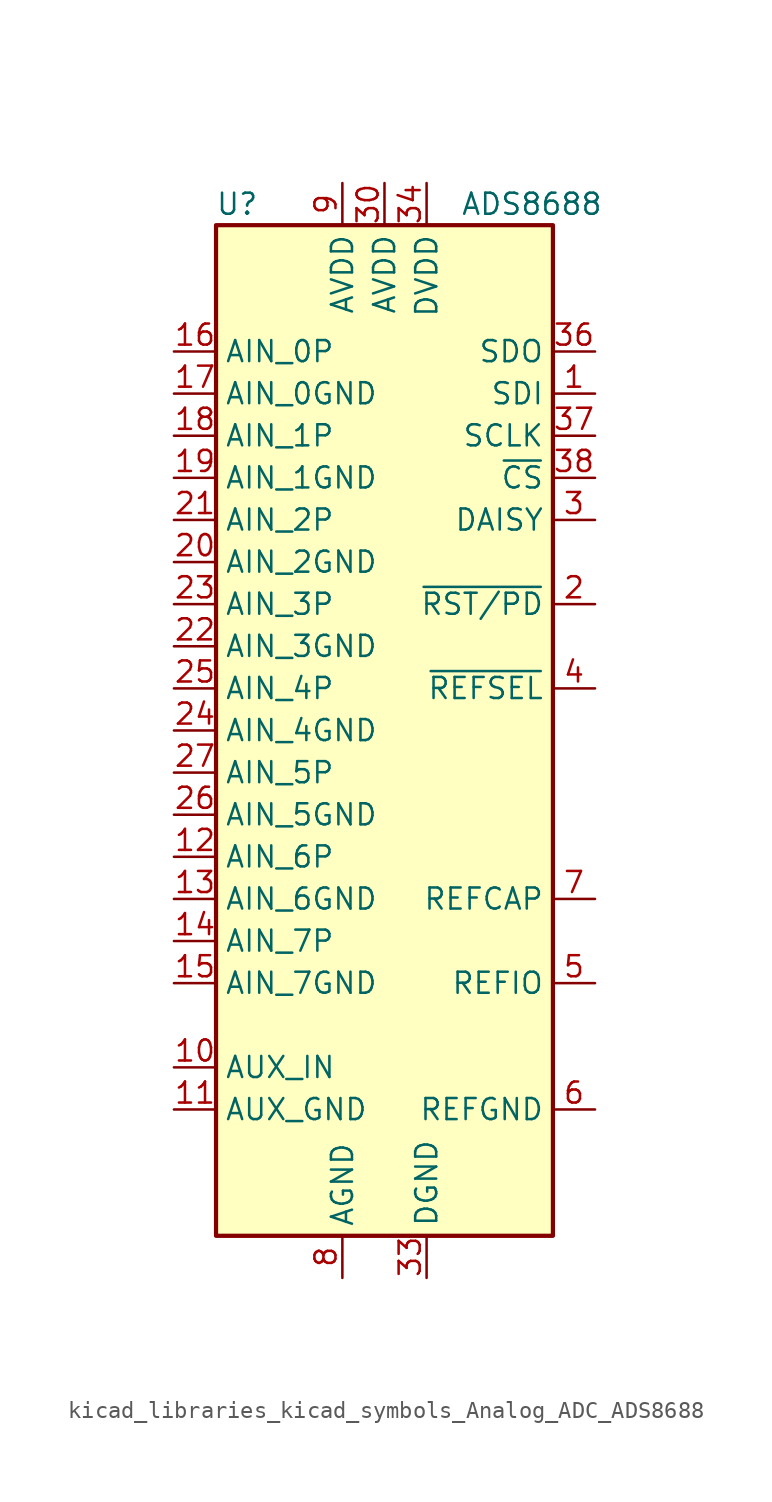
<source format=kicad_sym>
(kicad_symbol_lib
  (version 20220914)
  (generator kicad_symbol_editor)
  (symbol "kicad_libraries_kicad_symbols_Analog_ADC_ADS8688"
    (property "Reference" "U"
      (at -8.89 31.75 0)
      (effects (font (size 1.27 1.27))))
    (property "Value" "ADS8688"
      (at 8.89 31.75 0)
      (effects (font (size 1.27 1.27))))
    (symbol "kicad_libraries_kicad_symbols_Analog_ADC_ADS8688_0_1"
      (rectangle (start -10.16 30.48) (end 10.16 -30.48) (stroke (width 0.254) (type default)) (fill (type background))))
    (symbol "kicad_libraries_kicad_symbols_Analog_ADC_ADS8688_1_1"
      (pin input line (at 12.7 20.32 180) (length 2.54) (name "SDI" (effects (font (size 1.27 1.27)))) (number "1" (effects (font (size 1.27 1.27)))))
      (pin input line (at -12.7 -20.32 0) (length 2.54) (name "AUX_IN" (effects (font (size 1.27 1.27)))) (number "10" (effects (font (size 1.27 1.27)))))
      (pin input line (at -12.7 -22.86 0) (length 2.54) (name "AUX_GND" (effects (font (size 1.27 1.27)))) (number "11" (effects (font (size 1.27 1.27)))))
      (pin input line (at -12.7 -7.62 0) (length 2.54) (name "AIN_6P" (effects (font (size 1.27 1.27)))) (number "12" (effects (font (size 1.27 1.27)))))
      (pin input line (at -12.7 -10.16 0) (length 2.54) (name "AIN_6GND" (effects (font (size 1.27 1.27)))) (number "13" (effects (font (size 1.27 1.27)))))
      (pin input line (at -12.7 -12.7 0) (length 2.54) (name "AIN_7P" (effects (font (size 1.27 1.27)))) (number "14" (effects (font (size 1.27 1.27)))))
      (pin input line (at -12.7 -15.24 0) (length 2.54) (name "AIN_7GND" (effects (font (size 1.27 1.27)))) (number "15" (effects (font (size 1.27 1.27)))))
      (pin input line (at -12.7 22.86 0) (length 2.54) (name "AIN_0P" (effects (font (size 1.27 1.27)))) (number "16" (effects (font (size 1.27 1.27)))))
      (pin input line (at -12.7 20.32 0) (length 2.54) (name "AIN_0GND" (effects (font (size 1.27 1.27)))) (number "17" (effects (font (size 1.27 1.27)))))
      (pin input line (at -12.7 17.78 0) (length 2.54) (name "AIN_1P" (effects (font (size 1.27 1.27)))) (number "18" (effects (font (size 1.27 1.27)))))
      (pin input line (at -12.7 15.24 0) (length 2.54) (name "AIN_1GND" (effects (font (size 1.27 1.27)))) (number "19" (effects (font (size 1.27 1.27)))))
      (pin input line (at 12.7 7.62 180) (length 2.54) (name "~{RST/PD}" (effects (font (size 1.27 1.27)))) (number "2" (effects (font (size 1.27 1.27)))))
      (pin input line (at -12.7 10.16 0) (length 2.54) (name "AIN_2GND" (effects (font (size 1.27 1.27)))) (number "20" (effects (font (size 1.27 1.27)))))
      (pin input line (at -12.7 12.7 0) (length 2.54) (name "AIN_2P" (effects (font (size 1.27 1.27)))) (number "21" (effects (font (size 1.27 1.27)))))
      (pin input line (at -12.7 5.08 0) (length 2.54) (name "AIN_3GND" (effects (font (size 1.27 1.27)))) (number "22" (effects (font (size 1.27 1.27)))))
      (pin input line (at -12.7 7.62 0) (length 2.54) (name "AIN_3P" (effects (font (size 1.27 1.27)))) (number "23" (effects (font (size 1.27 1.27)))))
      (pin input line (at -12.7 0 0) (length 2.54) (name "AIN_4GND" (effects (font (size 1.27 1.27)))) (number "24" (effects (font (size 1.27 1.27)))))
      (pin input line (at -12.7 2.54 0) (length 2.54) (name "AIN_4P" (effects (font (size 1.27 1.27)))) (number "25" (effects (font (size 1.27 1.27)))))
      (pin input line (at -12.7 -5.08 0) (length 2.54) (name "AIN_5GND" (effects (font (size 1.27 1.27)))) (number "26" (effects (font (size 1.27 1.27)))))
      (pin input line (at -12.7 -2.54 0) (length 2.54) (name "AIN_5P" (effects (font (size 1.27 1.27)))) (number "27" (effects (font (size 1.27 1.27)))))
      (pin passive line (at -2.54 -33.02 90) (length 2.54) hide (name "AGND" (effects (font (size 1.27 1.27)))) (number "28" (effects (font (size 1.27 1.27)))))
      (pin passive line (at -2.54 -33.02 90) (length 2.54) hide (name "AGND" (effects (font (size 1.27 1.27)))) (number "29" (effects (font (size 1.27 1.27)))))
      (pin input line (at 12.7 12.7 180) (length 2.54) (name "DAISY" (effects (font (size 1.27 1.27)))) (number "3" (effects (font (size 1.27 1.27)))))
      (pin power_in line (at 0 33.02 270) (length 2.54) (name "AVDD" (effects (font (size 1.27 1.27)))) (number "30" (effects (font (size 1.27 1.27)))))
      (pin passive line (at -2.54 -33.02 90) (length 2.54) hide (name "AGND" (effects (font (size 1.27 1.27)))) (number "31" (effects (font (size 1.27 1.27)))))
      (pin passive line (at -2.54 -33.02 90) (length 2.54) hide (name "AGND" (effects (font (size 1.27 1.27)))) (number "32" (effects (font (size 1.27 1.27)))))
      (pin power_in line (at 2.54 -33.02 90) (length 2.54) (name "DGND" (effects (font (size 1.27 1.27)))) (number "33" (effects (font (size 1.27 1.27)))))
      (pin power_in line (at 2.54 33.02 270) (length 2.54) (name "DVDD" (effects (font (size 1.27 1.27)))) (number "34" (effects (font (size 1.27 1.27)))))
      (pin no_connect line (at 10.16 -5.08 180) (length 2.54) hide (name "DNC" (effects (font (size 1.27 1.27)))) (number "35" (effects (font (size 1.27 1.27)))))
      (pin output line (at 12.7 22.86 180) (length 2.54) (name "SDO" (effects (font (size 1.27 1.27)))) (number "36" (effects (font (size 1.27 1.27)))))
      (pin input line (at 12.7 17.78 180) (length 2.54) (name "SCLK" (effects (font (size 1.27 1.27)))) (number "37" (effects (font (size 1.27 1.27)))))
      (pin input line (at 12.7 15.24 180) (length 2.54) (name "~{CS}" (effects (font (size 1.27 1.27)))) (number "38" (effects (font (size 1.27 1.27)))))
      (pin input line (at 12.7 2.54 180) (length 2.54) (name "~{REFSEL}" (effects (font (size 1.27 1.27)))) (number "4" (effects (font (size 1.27 1.27)))))
      (pin passive line (at 12.7 -15.24 180) (length 2.54) (name "REFIO" (effects (font (size 1.27 1.27)))) (number "5" (effects (font (size 1.27 1.27)))))
      (pin power_in line (at 12.7 -22.86 180) (length 2.54) (name "REFGND" (effects (font (size 1.27 1.27)))) (number "6" (effects (font (size 1.27 1.27)))))
      (pin passive line (at 12.7 -10.16 180) (length 2.54) (name "REFCAP" (effects (font (size 1.27 1.27)))) (number "7" (effects (font (size 1.27 1.27)))))
      (pin power_in line (at -2.54 -33.02 90) (length 2.54) (name "AGND" (effects (font (size 1.27 1.27)))) (number "8" (effects (font (size 1.27 1.27)))))
      (pin power_in line (at -2.54 33.02 270) (length 2.54) (name "AVDD" (effects (font (size 1.27 1.27)))) (number "9" (effects (font (size 1.27 1.27))))))))
</source>
